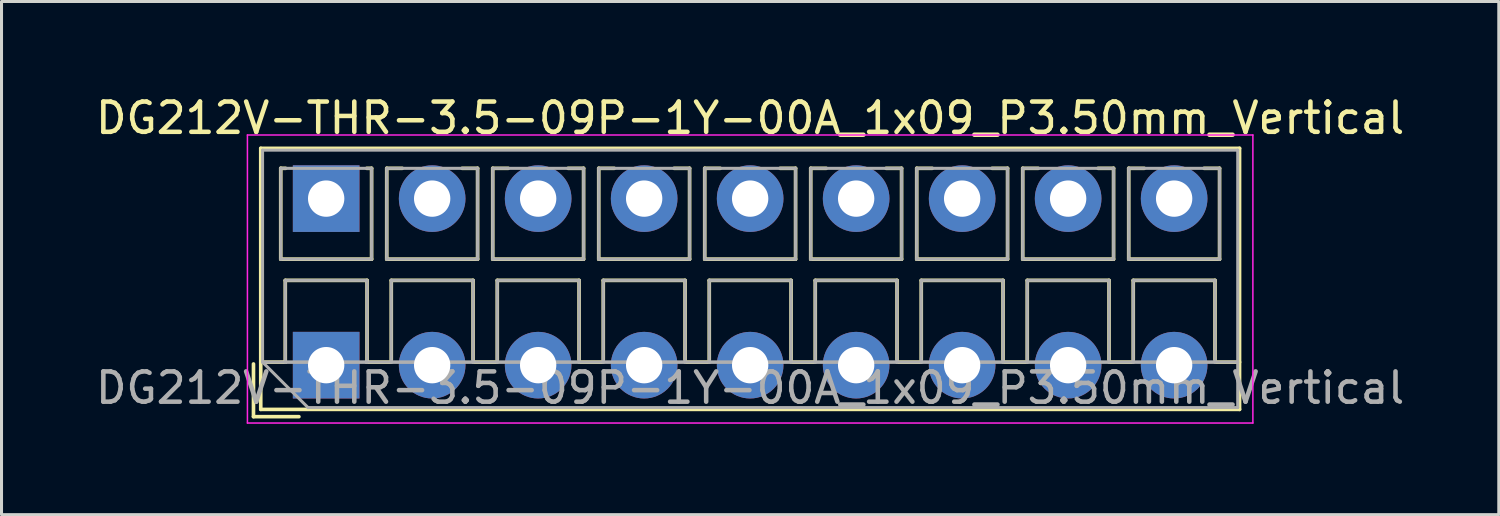
<source format=kicad_pcb>
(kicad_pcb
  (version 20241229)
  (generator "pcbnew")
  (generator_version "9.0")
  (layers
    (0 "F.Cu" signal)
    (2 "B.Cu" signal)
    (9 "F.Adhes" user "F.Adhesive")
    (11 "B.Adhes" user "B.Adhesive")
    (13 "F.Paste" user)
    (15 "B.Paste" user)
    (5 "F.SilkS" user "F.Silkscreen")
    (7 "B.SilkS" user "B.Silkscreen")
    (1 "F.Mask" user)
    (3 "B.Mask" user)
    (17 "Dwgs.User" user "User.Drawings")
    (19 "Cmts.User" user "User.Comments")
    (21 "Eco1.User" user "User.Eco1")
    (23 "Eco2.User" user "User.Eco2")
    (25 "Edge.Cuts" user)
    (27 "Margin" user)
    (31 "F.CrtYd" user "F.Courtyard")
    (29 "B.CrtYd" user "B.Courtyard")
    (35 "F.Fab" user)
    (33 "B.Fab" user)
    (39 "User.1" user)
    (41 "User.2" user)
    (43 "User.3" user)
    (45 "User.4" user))
  (footprint "DG212V-THR-3.5-09P-1Y-00A_1x09_P3.50mm_Vertical"
    (layer "F.Cu")
    (at 7.72 9.008)
    (property "Reference" "DG212V-THR-3.5-09P-1Y-00A_1x09_P3.50mm_Vertical" (at 14 -8.16 0) (layer "F.SilkS") (effects (font (size 1 1) (thickness 0.15))))
    (attr through_hole)
    (fp_line (start -2.4 -0.04) (end -2.4 1.7) (stroke (width 0.12) (type solid)) (layer "F.SilkS"))
    (fp_line (start -2.4 1.7) (end -0.9 1.7) (stroke (width 0.12) (type solid)) (layer "F.SilkS"))
    (fp_line (start -2.16 -7.16) (end -2.16 1.46) (stroke (width 0.12) (type solid)) (layer "F.SilkS"))
    (fp_line (start -2.16 -7.16) (end 30.16 -7.16) (stroke (width 0.12) (type solid)) (layer "F.SilkS"))
    (fp_line (start -2.16 -0.1) (end -1.34 -0.1) (stroke (width 0.12) (type solid)) (layer "F.SilkS"))
    (fp_line (start -2.16 1.46) (end 30.16 1.46) (stroke (width 0.12) (type solid)) (layer "F.SilkS"))
    (fp_line (start -1.5 -6.5) (end -1.5 -3.5) (stroke (width 0.12) (type solid)) (layer "F.SilkS"))
    (fp_line (start -1.5 -6.5) (end -1.34 -6.5) (stroke (width 0.12) (type solid)) (layer "F.SilkS"))
    (fp_line (start -1.5 -3.5) (end 1.5 -3.5) (stroke (width 0.12) (type solid)) (layer "F.SilkS"))
    (fp_line (start -1.35 -2.8) (end -1.35 -0.1) (stroke (width 0.12) (type solid)) (layer "F.SilkS"))
    (fp_line (start -1.35 -2.8) (end 1.35 -2.8) (stroke (width 0.12) (type solid)) (layer "F.SilkS"))
    (fp_line (start -1.35 -0.1) (end -1.34 -0.1) (stroke (width 0.12) (type solid)) (layer "F.SilkS"))
    (fp_line (start 1.34 -6.5) (end 1.5 -6.5) (stroke (width 0.12) (type solid)) (layer "F.SilkS"))
    (fp_line (start 1.34 -0.1) (end 1.35 -0.1) (stroke (width 0.12) (type solid)) (layer "F.SilkS"))
    (fp_line (start 1.34 -0.1) (end 2.148 -0.1) (stroke (width 0.12) (type solid)) (layer "F.SilkS"))
    (fp_line (start 1.35 -2.8) (end 1.35 -0.1) (stroke (width 0.12) (type solid)) (layer "F.SilkS"))
    (fp_line (start 1.5 -6.5) (end 1.5 -3.5) (stroke (width 0.12) (type solid)) (layer "F.SilkS"))
    (fp_line (start 2 -6.5) (end 2 -3.5) (stroke (width 0.12) (type solid)) (layer "F.SilkS"))
    (fp_line (start 2 -6.5) (end 2.512 -6.5) (stroke (width 0.12) (type solid)) (layer "F.SilkS"))
    (fp_line (start 2 -3.5) (end 5 -3.5) (stroke (width 0.12) (type solid)) (layer "F.SilkS"))
    (fp_line (start 2.15 -2.8) (end 2.15 -0.183) (stroke (width 0.12) (type solid)) (layer "F.SilkS"))
    (fp_line (start 2.15 -2.8) (end 4.85 -2.8) (stroke (width 0.12) (type solid)) (layer "F.SilkS"))
    (fp_line (start 4.489 -6.5) (end 5 -6.5) (stroke (width 0.12) (type solid)) (layer "F.SilkS"))
    (fp_line (start 4.85 -2.8) (end 4.85 -0.183) (stroke (width 0.12) (type solid)) (layer "F.SilkS"))
    (fp_line (start 4.853 -0.1) (end 5.648 -0.1) (stroke (width 0.12) (type solid)) (layer "F.SilkS"))
    (fp_line (start 5 -6.5) (end 5 -3.5) (stroke (width 0.12) (type solid)) (layer "F.SilkS"))
    (fp_line (start 5.5 -6.5) (end 5.5 -3.5) (stroke (width 0.12) (type solid)) (layer "F.SilkS"))
    (fp_line (start 5.5 -6.5) (end 6.012 -6.5) (stroke (width 0.12) (type solid)) (layer "F.SilkS"))
    (fp_line (start 5.5 -3.5) (end 8.5 -3.5) (stroke (width 0.12) (type solid)) (layer "F.SilkS"))
    (fp_line (start 5.65 -2.8) (end 5.65 -0.183) (stroke (width 0.12) (type solid)) (layer "F.SilkS"))
    (fp_line (start 5.65 -2.8) (end 8.351 -2.8) (stroke (width 0.12) (type solid)) (layer "F.SilkS"))
    (fp_line (start 7.989 -6.5) (end 8.5 -6.5) (stroke (width 0.12) (type solid)) (layer "F.SilkS"))
    (fp_line (start 8.351 -2.8) (end 8.351 -0.183) (stroke (width 0.12) (type solid)) (layer "F.SilkS"))
    (fp_line (start 8.353 -0.1) (end 9.148 -0.1) (stroke (width 0.12) (type solid)) (layer "F.SilkS"))
    (fp_line (start 8.5 -6.5) (end 8.5 -3.5) (stroke (width 0.12) (type solid)) (layer "F.SilkS"))
    (fp_line (start 9 -6.5) (end 9 -3.5) (stroke (width 0.12) (type solid)) (layer "F.SilkS"))
    (fp_line (start 9 -6.5) (end 9.512 -6.5) (stroke (width 0.12) (type solid)) (layer "F.SilkS"))
    (fp_line (start 9 -3.5) (end 12 -3.5) (stroke (width 0.12) (type solid)) (layer "F.SilkS"))
    (fp_line (start 9.15 -2.8) (end 9.15 -0.183) (stroke (width 0.12) (type solid)) (layer "F.SilkS"))
    (fp_line (start 9.15 -2.8) (end 11.851 -2.8) (stroke (width 0.12) (type solid)) (layer "F.SilkS"))
    (fp_line (start 11.489 -6.5) (end 12 -6.5) (stroke (width 0.12) (type solid)) (layer "F.SilkS"))
    (fp_line (start 11.851 -2.8) (end 11.851 -0.183) (stroke (width 0.12) (type solid)) (layer "F.SilkS"))
    (fp_line (start 11.853 -0.1) (end 12.648 -0.1) (stroke (width 0.12) (type solid)) (layer "F.SilkS"))
    (fp_line (start 12 -6.5) (end 12 -3.5) (stroke (width 0.12) (type solid)) (layer "F.SilkS"))
    (fp_line (start 12.5 -6.5) (end 12.5 -3.5) (stroke (width 0.12) (type solid)) (layer "F.SilkS"))
    (fp_line (start 12.5 -6.5) (end 13.012 -6.5) (stroke (width 0.12) (type solid)) (layer "F.SilkS"))
    (fp_line (start 12.5 -3.5) (end 15.5 -3.5) (stroke (width 0.12) (type solid)) (layer "F.SilkS"))
    (fp_line (start 12.65 -2.8) (end 12.65 -0.183) (stroke (width 0.12) (type solid)) (layer "F.SilkS"))
    (fp_line (start 12.65 -2.8) (end 15.351 -2.8) (stroke (width 0.12) (type solid)) (layer "F.SilkS"))
    (fp_line (start 14.989 -6.5) (end 15.5 -6.5) (stroke (width 0.12) (type solid)) (layer "F.SilkS"))
    (fp_line (start 15.351 -2.8) (end 15.351 -0.183) (stroke (width 0.12) (type solid)) (layer "F.SilkS"))
    (fp_line (start 15.353 -0.1) (end 16.148 -0.1) (stroke (width 0.12) (type solid)) (layer "F.SilkS"))
    (fp_line (start 15.5 -6.5) (end 15.5 -3.5) (stroke (width 0.12) (type solid)) (layer "F.SilkS"))
    (fp_line (start 16 -6.5) (end 16 -3.5) (stroke (width 0.12) (type solid)) (layer "F.SilkS"))
    (fp_line (start 16 -6.5) (end 16.512 -6.5) (stroke (width 0.12) (type solid)) (layer "F.SilkS"))
    (fp_line (start 16 -3.5) (end 19 -3.5) (stroke (width 0.12) (type solid)) (layer "F.SilkS"))
    (fp_line (start 16.15 -2.8) (end 16.15 -0.183) (stroke (width 0.12) (type solid)) (layer "F.SilkS"))
    (fp_line (start 16.15 -2.8) (end 18.85 -2.8) (stroke (width 0.12) (type solid)) (layer "F.SilkS"))
    (fp_line (start 18.489 -6.5) (end 19 -6.5) (stroke (width 0.12) (type solid)) (layer "F.SilkS"))
    (fp_line (start 18.85 -2.8) (end 18.85 -0.183) (stroke (width 0.12) (type solid)) (layer "F.SilkS"))
    (fp_line (start 18.853 -0.1) (end 19.648 -0.1) (stroke (width 0.12) (type solid)) (layer "F.SilkS"))
    (fp_line (start 19 -6.5) (end 19 -3.5) (stroke (width 0.12) (type solid)) (layer "F.SilkS"))
    (fp_line (start 19.5 -6.5) (end 19.5 -3.5) (stroke (width 0.12) (type solid)) (layer "F.SilkS"))
    (fp_line (start 19.5 -6.5) (end 20.012 -6.5) (stroke (width 0.12) (type solid)) (layer "F.SilkS"))
    (fp_line (start 19.5 -3.5) (end 22.5 -3.5) (stroke (width 0.12) (type solid)) (layer "F.SilkS"))
    (fp_line (start 19.65 -2.8) (end 19.65 -0.183) (stroke (width 0.12) (type solid)) (layer "F.SilkS"))
    (fp_line (start 19.65 -2.8) (end 22.35 -2.8) (stroke (width 0.12) (type solid)) (layer "F.SilkS"))
    (fp_line (start 21.989 -6.5) (end 22.5 -6.5) (stroke (width 0.12) (type solid)) (layer "F.SilkS"))
    (fp_line (start 22.35 -2.8) (end 22.35 -0.183) (stroke (width 0.12) (type solid)) (layer "F.SilkS"))
    (fp_line (start 22.353 -0.1) (end 23.148 -0.1) (stroke (width 0.12) (type solid)) (layer "F.SilkS"))
    (fp_line (start 22.5 -6.5) (end 22.5 -3.5) (stroke (width 0.12) (type solid)) (layer "F.SilkS"))
    (fp_line (start 23 -6.5) (end 23 -3.5) (stroke (width 0.12) (type solid)) (layer "F.SilkS"))
    (fp_line (start 23 -6.5) (end 23.512 -6.5) (stroke (width 0.12) (type solid)) (layer "F.SilkS"))
    (fp_line (start 23 -3.5) (end 26 -3.5) (stroke (width 0.12) (type solid)) (layer "F.SilkS"))
    (fp_line (start 23.15 -2.8) (end 23.15 -0.183) (stroke (width 0.12) (type solid)) (layer "F.SilkS"))
    (fp_line (start 23.15 -2.8) (end 25.85 -2.8) (stroke (width 0.12) (type solid)) (layer "F.SilkS"))
    (fp_line (start 25.489 -6.5) (end 26 -6.5) (stroke (width 0.12) (type solid)) (layer "F.SilkS"))
    (fp_line (start 25.85 -2.8) (end 25.85 -0.183) (stroke (width 0.12) (type solid)) (layer "F.SilkS"))
    (fp_line (start 25.853 -0.1) (end 26.648 -0.1) (stroke (width 0.12) (type solid)) (layer "F.SilkS"))
    (fp_line (start 26 -6.5) (end 26 -3.5) (stroke (width 0.12) (type solid)) (layer "F.SilkS"))
    (fp_line (start 26.5 -6.5) (end 26.5 -3.5) (stroke (width 0.12) (type solid)) (layer "F.SilkS"))
    (fp_line (start 26.5 -6.5) (end 27.012 -6.5) (stroke (width 0.12) (type solid)) (layer "F.SilkS"))
    (fp_line (start 26.5 -3.5) (end 29.5 -3.5) (stroke (width 0.12) (type solid)) (layer "F.SilkS"))
    (fp_line (start 26.65 -2.8) (end 26.65 -0.183) (stroke (width 0.12) (type solid)) (layer "F.SilkS"))
    (fp_line (start 26.65 -2.8) (end 29.35 -2.8) (stroke (width 0.12) (type solid)) (layer "F.SilkS"))
    (fp_line (start 28.989 -6.5) (end 29.5 -6.5) (stroke (width 0.12) (type solid)) (layer "F.SilkS"))
    (fp_line (start 29.35 -2.8) (end 29.35 -0.183) (stroke (width 0.12) (type solid)) (layer "F.SilkS"))
    (fp_line (start 29.353 -0.1) (end 30.16 -0.1) (stroke (width 0.12) (type solid)) (layer "F.SilkS"))
    (fp_line (start 29.5 -6.5) (end 29.5 -3.5) (stroke (width 0.12) (type solid)) (layer "F.SilkS"))
    (fp_line (start 30.16 -7.16) (end 30.16 1.46) (stroke (width 0.12) (type solid)) (layer "F.SilkS"))
    (fp_line (start -2.6 -7.6) (end -2.6 1.91) (stroke (width 0.05) (type solid)) (layer "F.CrtYd"))
    (fp_line (start -2.6 1.91) (end 30.6 1.91) (stroke (width 0.05) (type solid)) (layer "F.CrtYd"))
    (fp_line (start 30.6 -7.6) (end -2.6 -7.6) (stroke (width 0.05) (type solid)) (layer "F.CrtYd"))
    (fp_line (start 30.6 1.91) (end 30.6 -7.6) (stroke (width 0.05) (type solid)) (layer "F.CrtYd"))
    (fp_line (start -2.1 -7.1) (end 30.1 -7.1) (stroke (width 0.1) (type solid)) (layer "F.Fab"))
    (fp_line (start -2.1 -0.1) (end -2.1 -7.1) (stroke (width 0.1) (type solid)) (layer "F.Fab"))
    (fp_line (start -2.1 -0.1) (end 30.1 -0.1) (stroke (width 0.1) (type solid)) (layer "F.Fab"))
    (fp_line (start -1.5 -6.5) (end -1.5 -3.5) (stroke (width 0.1) (type solid)) (layer "F.Fab"))
    (fp_line (start -1.5 -3.5) (end 1.5 -3.5) (stroke (width 0.1) (type solid)) (layer "F.Fab"))
    (fp_line (start -1.35 -2.8) (end -1.35 -0.1) (stroke (width 0.1) (type solid)) (layer "F.Fab"))
    (fp_line (start -1.35 -0.1) (end 1.35 -0.1) (stroke (width 0.1) (type solid)) (layer "F.Fab"))
    (fp_line (start -0.6 1.4) (end -2.1 -0.1) (stroke (width 0.1) (type solid)) (layer "F.Fab"))
    (fp_line (start 1.35 -2.8) (end -1.35 -2.8) (stroke (width 0.1) (type solid)) (layer "F.Fab"))
    (fp_line (start 1.35 -0.1) (end 1.35 -2.8) (stroke (width 0.1) (type solid)) (layer "F.Fab"))
    (fp_line (start 1.5 -6.5) (end -1.5 -6.5) (stroke (width 0.1) (type solid)) (layer "F.Fab"))
    (fp_line (start 1.5 -3.5) (end 1.5 -6.5) (stroke (width 0.1) (type solid)) (layer "F.Fab"))
    (fp_line (start 2 -6.5) (end 2 -3.5) (stroke (width 0.1) (type solid)) (layer "F.Fab"))
    (fp_line (start 2 -3.5) (end 5 -3.5) (stroke (width 0.1) (type solid)) (layer "F.Fab"))
    (fp_line (start 2.15 -2.8) (end 2.15 -0.1) (stroke (width 0.1) (type solid)) (layer "F.Fab"))
    (fp_line (start 2.15 -0.1) (end 4.85 -0.1) (stroke (width 0.1) (type solid)) (layer "F.Fab"))
    (fp_line (start 4.85 -2.8) (end 2.15 -2.8) (stroke (width 0.1) (type solid)) (layer "F.Fab"))
    (fp_line (start 4.85 -0.1) (end 4.85 -2.8) (stroke (width 0.1) (type solid)) (layer "F.Fab"))
    (fp_line (start 5 -6.5) (end 2 -6.5) (stroke (width 0.1) (type solid)) (layer "F.Fab"))
    (fp_line (start 5 -3.5) (end 5 -6.5) (stroke (width 0.1) (type solid)) (layer "F.Fab"))
    (fp_line (start 5.5 -6.5) (end 5.5 -3.5) (stroke (width 0.1) (type solid)) (layer "F.Fab"))
    (fp_line (start 5.5 -3.5) (end 8.5 -3.5) (stroke (width 0.1) (type solid)) (layer "F.Fab"))
    (fp_line (start 5.65 -2.8) (end 5.65 -0.1) (stroke (width 0.1) (type solid)) (layer "F.Fab"))
    (fp_line (start 5.65 -0.1) (end 8.351 -0.1) (stroke (width 0.1) (type solid)) (layer "F.Fab"))
    (fp_line (start 8.351 -2.8) (end 5.65 -2.8) (stroke (width 0.1) (type solid)) (layer "F.Fab"))
    (fp_line (start 8.351 -0.1) (end 8.351 -2.8) (stroke (width 0.1) (type solid)) (layer "F.Fab"))
    (fp_line (start 8.5 -6.5) (end 5.5 -6.5) (stroke (width 0.1) (type solid)) (layer "F.Fab"))
    (fp_line (start 8.5 -3.5) (end 8.5 -6.5) (stroke (width 0.1) (type solid)) (layer "F.Fab"))
    (fp_line (start 9 -6.5) (end 9 -3.5) (stroke (width 0.1) (type solid)) (layer "F.Fab"))
    (fp_line (start 9 -3.5) (end 12 -3.5) (stroke (width 0.1) (type solid)) (layer "F.Fab"))
    (fp_line (start 9.15 -2.8) (end 9.15 -0.1) (stroke (width 0.1) (type solid)) (layer "F.Fab"))
    (fp_line (start 9.15 -0.1) (end 11.851 -0.1) (stroke (width 0.1) (type solid)) (layer "F.Fab"))
    (fp_line (start 11.851 -2.8) (end 9.15 -2.8) (stroke (width 0.1) (type solid)) (layer "F.Fab"))
    (fp_line (start 11.851 -0.1) (end 11.851 -2.8) (stroke (width 0.1) (type solid)) (layer "F.Fab"))
    (fp_line (start 12 -6.5) (end 9 -6.5) (stroke (width 0.1) (type solid)) (layer "F.Fab"))
    (fp_line (start 12 -3.5) (end 12 -6.5) (stroke (width 0.1) (type solid)) (layer "F.Fab"))
    (fp_line (start 12.5 -6.5) (end 12.5 -3.5) (stroke (width 0.1) (type solid)) (layer "F.Fab"))
    (fp_line (start 12.5 -3.5) (end 15.5 -3.5) (stroke (width 0.1) (type solid)) (layer "F.Fab"))
    (fp_line (start 12.65 -2.8) (end 12.65 -0.1) (stroke (width 0.1) (type solid)) (layer "F.Fab"))
    (fp_line (start 12.65 -0.1) (end 15.351 -0.1) (stroke (width 0.1) (type solid)) (layer "F.Fab"))
    (fp_line (start 15.351 -2.8) (end 12.65 -2.8) (stroke (width 0.1) (type solid)) (layer "F.Fab"))
    (fp_line (start 15.351 -0.1) (end 15.351 -2.8) (stroke (width 0.1) (type solid)) (layer "F.Fab"))
    (fp_line (start 15.5 -6.5) (end 12.5 -6.5) (stroke (width 0.1) (type solid)) (layer "F.Fab"))
    (fp_line (start 15.5 -3.5) (end 15.5 -6.5) (stroke (width 0.1) (type solid)) (layer "F.Fab"))
    (fp_line (start 16 -6.5) (end 16 -3.5) (stroke (width 0.1) (type solid)) (layer "F.Fab"))
    (fp_line (start 16 -3.5) (end 19 -3.5) (stroke (width 0.1) (type solid)) (layer "F.Fab"))
    (fp_line (start 16.15 -2.8) (end 16.15 -0.1) (stroke (width 0.1) (type solid)) (layer "F.Fab"))
    (fp_line (start 16.15 -0.1) (end 18.85 -0.1) (stroke (width 0.1) (type solid)) (layer "F.Fab"))
    (fp_line (start 18.85 -2.8) (end 16.15 -2.8) (stroke (width 0.1) (type solid)) (layer "F.Fab"))
    (fp_line (start 18.85 -0.1) (end 18.85 -2.8) (stroke (width 0.1) (type solid)) (layer "F.Fab"))
    (fp_line (start 19 -6.5) (end 16 -6.5) (stroke (width 0.1) (type solid)) (layer "F.Fab"))
    (fp_line (start 19 -3.5) (end 19 -6.5) (stroke (width 0.1) (type solid)) (layer "F.Fab"))
    (fp_line (start 19.5 -6.5) (end 19.5 -3.5) (stroke (width 0.1) (type solid)) (layer "F.Fab"))
    (fp_line (start 19.5 -3.5) (end 22.5 -3.5) (stroke (width 0.1) (type solid)) (layer "F.Fab"))
    (fp_line (start 19.65 -2.8) (end 19.65 -0.1) (stroke (width 0.1) (type solid)) (layer "F.Fab"))
    (fp_line (start 19.65 -0.1) (end 22.35 -0.1) (stroke (width 0.1) (type solid)) (layer "F.Fab"))
    (fp_line (start 22.35 -2.8) (end 19.65 -2.8) (stroke (width 0.1) (type solid)) (layer "F.Fab"))
    (fp_line (start 22.35 -0.1) (end 22.35 -2.8) (stroke (width 0.1) (type solid)) (layer "F.Fab"))
    (fp_line (start 22.5 -6.5) (end 19.5 -6.5) (stroke (width 0.1) (type solid)) (layer "F.Fab"))
    (fp_line (start 22.5 -3.5) (end 22.5 -6.5) (stroke (width 0.1) (type solid)) (layer "F.Fab"))
    (fp_line (start 23 -6.5) (end 23 -3.5) (stroke (width 0.1) (type solid)) (layer "F.Fab"))
    (fp_line (start 23 -3.5) (end 26 -3.5) (stroke (width 0.1) (type solid)) (layer "F.Fab"))
    (fp_line (start 23.15 -2.8) (end 23.15 -0.1) (stroke (width 0.1) (type solid)) (layer "F.Fab"))
    (fp_line (start 23.15 -0.1) (end 25.85 -0.1) (stroke (width 0.1) (type solid)) (layer "F.Fab"))
    (fp_line (start 25.85 -2.8) (end 23.15 -2.8) (stroke (width 0.1) (type solid)) (layer "F.Fab"))
    (fp_line (start 25.85 -0.1) (end 25.85 -2.8) (stroke (width 0.1) (type solid)) (layer "F.Fab"))
    (fp_line (start 26 -6.5) (end 23 -6.5) (stroke (width 0.1) (type solid)) (layer "F.Fab"))
    (fp_line (start 26 -3.5) (end 26 -6.5) (stroke (width 0.1) (type solid)) (layer "F.Fab"))
    (fp_line (start 26.5 -6.5) (end 26.5 -3.5) (stroke (width 0.1) (type solid)) (layer "F.Fab"))
    (fp_line (start 26.5 -3.5) (end 29.5 -3.5) (stroke (width 0.1) (type solid)) (layer "F.Fab"))
    (fp_line (start 26.65 -2.8) (end 26.65 -0.1) (stroke (width 0.1) (type solid)) (layer "F.Fab"))
    (fp_line (start 26.65 -0.1) (end 29.35 -0.1) (stroke (width 0.1) (type solid)) (layer "F.Fab"))
    (fp_line (start 29.35 -2.8) (end 26.65 -2.8) (stroke (width 0.1) (type solid)) (layer "F.Fab"))
    (fp_line (start 29.35 -0.1) (end 29.35 -2.8) (stroke (width 0.1) (type solid)) (layer "F.Fab"))
    (fp_line (start 29.5 -6.5) (end 26.5 -6.5) (stroke (width 0.1) (type solid)) (layer "F.Fab"))
    (fp_line (start 29.5 -3.5) (end 29.5 -6.5) (stroke (width 0.1) (type solid)) (layer "F.Fab"))
    (fp_line (start 30.1 -7.1) (end 30.1 1.4) (stroke (width 0.1) (type solid)) (layer "F.Fab"))
    (fp_line (start 30.1 1.4) (end -0.6 1.4) (stroke (width 0.1) (type solid)) (layer "F.Fab"))
    (fp_text user "${REFERENCE}" (at 14 0.75 0) (layer "F.Fab") (effects (font (size 1 1) (thickness 0.15))))
    (pad "1" thru_hole rect (at 0 -5.5) (size 2.2 2.2) (drill 1.2) (layers "*.Cu" "*.Mask"))
    (pad "1" thru_hole rect (at 0 0) (size 2.2 2.2) (drill 1.2) (layers "*.Cu" "*.Mask"))
    (pad "2" thru_hole circle (at 3.5 -5.5) (size 2.2 2.2) (drill 1.2) (layers "*.Cu" "*.Mask"))
    (pad "2" thru_hole circle (at 3.5 0) (size 2.2 2.2) (drill 1.2) (layers "*.Cu" "*.Mask"))
    (pad "3" thru_hole circle (at 7 -5.5) (size 2.2 2.2) (drill 1.2) (layers "*.Cu" "*.Mask"))
    (pad "3" thru_hole circle (at 7 0) (size 2.2 2.2) (drill 1.2) (layers "*.Cu" "*.Mask"))
    (pad "4" thru_hole circle (at 10.5 -5.5) (size 2.2 2.2) (drill 1.2) (layers "*.Cu" "*.Mask"))
    (pad "4" thru_hole circle (at 10.5 0) (size 2.2 2.2) (drill 1.2) (layers "*.Cu" "*.Mask"))
    (pad "5" thru_hole circle (at 14 -5.5) (size 2.2 2.2) (drill 1.2) (layers "*.Cu" "*.Mask"))
    (pad "5" thru_hole circle (at 14 0) (size 2.2 2.2) (drill 1.2) (layers "*.Cu" "*.Mask"))
    (pad "6" thru_hole circle (at 17.5 -5.5) (size 2.2 2.2) (drill 1.2) (layers "*.Cu" "*.Mask"))
    (pad "6" thru_hole circle (at 17.5 0) (size 2.2 2.2) (drill 1.2) (layers "*.Cu" "*.Mask"))
    (pad "7" thru_hole circle (at 21 -5.5) (size 2.2 2.2) (drill 1.2) (layers "*.Cu" "*.Mask"))
    (pad "7" thru_hole circle (at 21 0) (size 2.2 2.2) (drill 1.2) (layers "*.Cu" "*.Mask"))
    (pad "8" thru_hole circle (at 24.5 -5.5) (size 2.2 2.2) (drill 1.2) (layers "*.Cu" "*.Mask"))
    (pad "8" thru_hole circle (at 24.5 0) (size 2.2 2.2) (drill 1.2) (layers "*.Cu" "*.Mask"))
    (pad "9" thru_hole circle (at 28 -5.5) (size 2.2 2.2) (drill 1.2) (layers "*.Cu" "*.Mask"))
    (pad "9" thru_hole circle (at 28 0) (size 2.2 2.2) (drill 1.2) (layers "*.Cu" "*.Mask")))
  (gr_rect
    (start -3 -3)
    (end 46.44 13.943)
    (stroke (width 0.1) (type default))
    (fill no)
    (layer "Edge.Cuts")))
</source>
